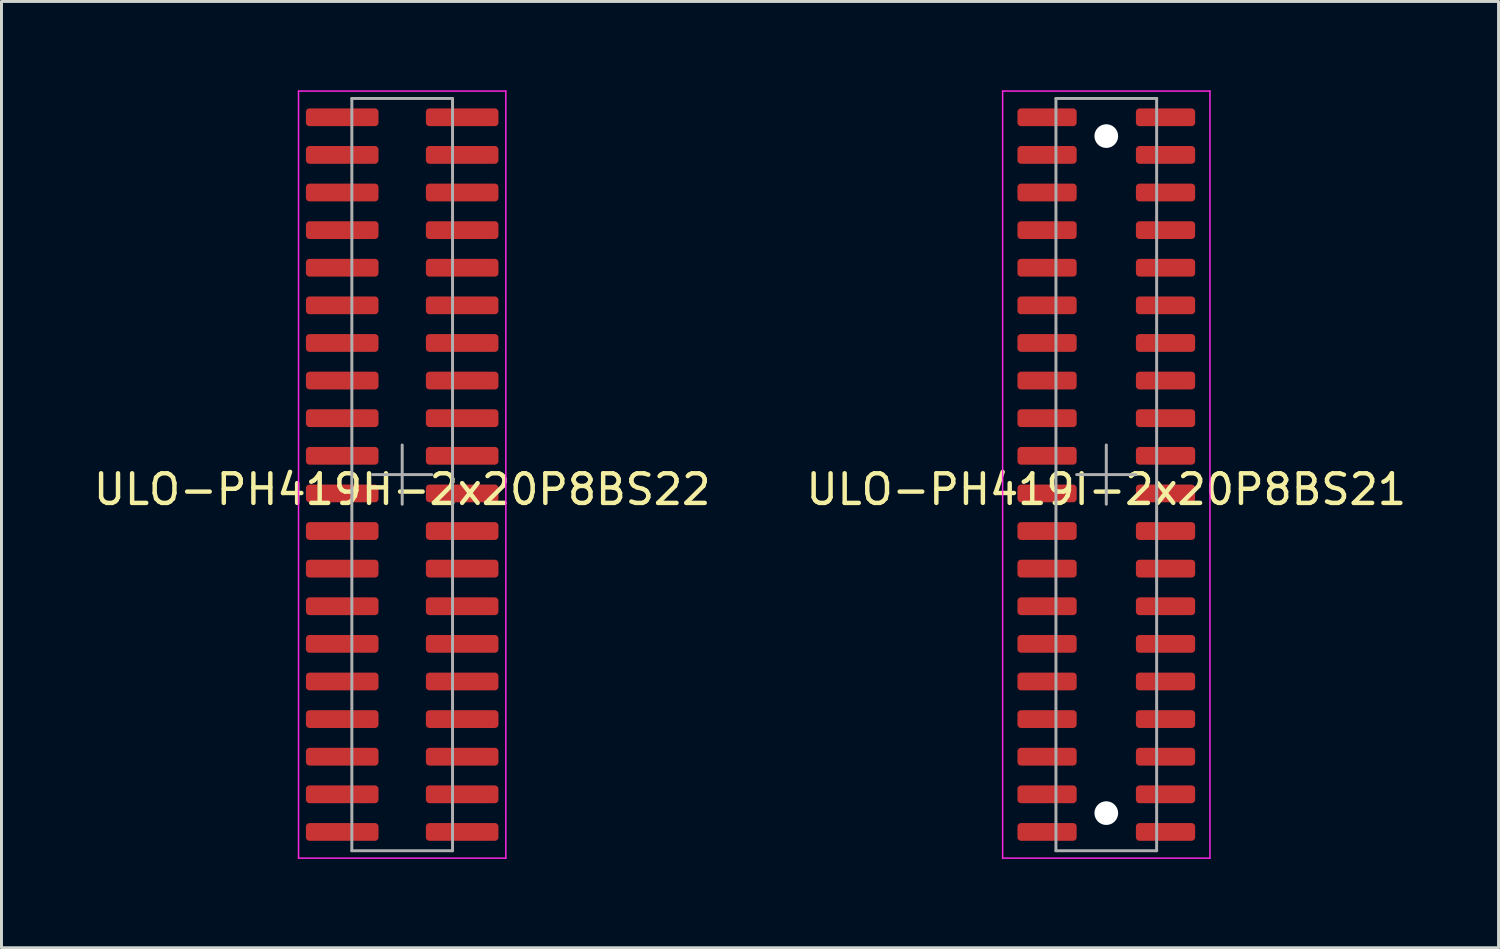
<source format=kicad_pcb>
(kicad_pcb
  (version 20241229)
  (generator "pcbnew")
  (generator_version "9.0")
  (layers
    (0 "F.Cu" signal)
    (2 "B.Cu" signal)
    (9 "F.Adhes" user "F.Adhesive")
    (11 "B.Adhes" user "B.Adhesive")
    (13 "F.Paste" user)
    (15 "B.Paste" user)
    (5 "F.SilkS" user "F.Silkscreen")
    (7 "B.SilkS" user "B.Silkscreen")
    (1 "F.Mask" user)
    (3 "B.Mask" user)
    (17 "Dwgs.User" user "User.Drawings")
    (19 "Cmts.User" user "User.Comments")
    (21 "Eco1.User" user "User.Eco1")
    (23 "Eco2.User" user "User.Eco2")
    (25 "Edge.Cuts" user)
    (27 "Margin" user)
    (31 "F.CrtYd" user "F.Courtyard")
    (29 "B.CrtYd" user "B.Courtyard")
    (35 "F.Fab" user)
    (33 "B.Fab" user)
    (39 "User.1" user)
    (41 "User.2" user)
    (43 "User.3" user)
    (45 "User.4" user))
  (footprint "ULO-PH419I-2x20P8BS21"
    (layer "F.Cu")
    (at 34.304 12.975)
    (property "Reference" "ULO-PH419I-2x20P8BS21" (at 0 0.5 0) (layer "F.SilkS") (effects (font (size 1 1) (thickness 0.15))))
    (attr smd)
    (fp_line (start -3.5 -12.95) (end -3.5 12.95) (stroke (width 0.05) (type solid)) (layer "F.CrtYd"))
    (fp_line (start -3.5 12.95) (end 3.5 12.95) (stroke (width 0.05) (type solid)) (layer "F.CrtYd"))
    (fp_line (start 3.5 -12.95) (end -3.5 -12.95) (stroke (width 0.05) (type solid)) (layer "F.CrtYd"))
    (fp_line (start 3.5 12.95) (end 3.5 -12.95) (stroke (width 0.05) (type solid)) (layer "F.CrtYd"))
    (fp_line (start -1.7 -12.7) (end -1.7 12.7) (stroke (width 0.1) (type solid)) (layer "F.Fab"))
    (fp_line (start -1.7 12.7) (end 1.7 12.7) (stroke (width 0.1) (type solid)) (layer "F.Fab"))
    (fp_line (start -1 0) (end 1 0) (stroke (width 0.1) (type solid)) (layer "F.Fab"))
    (fp_line (start 0 -1) (end 0 1) (stroke (width 0.1) (type solid)) (layer "F.Fab"))
    (fp_line (start 1.7 -12.7) (end -1.7 -12.7) (stroke (width 0.1) (type solid)) (layer "F.Fab"))
    (fp_line (start 1.7 12.7) (end 1.7 -12.7) (stroke (width 0.1) (type solid)) (layer "F.Fab"))
    (pad "" np_thru_hole circle (at 0 -11.43) (size 0.8 0.8) (drill 0.8) (layers "*.Cu" "*.Mask"))
    (pad "" np_thru_hole circle (at 0 11.43) (size 0.8 0.8) (drill 0.8) (layers "*.Cu" "*.Mask"))
    (pad "1" smd roundrect (at -2 -12.065) (size 2 0.6) (layers "F.Cu" "F.Mask" "F.Paste") (roundrect_rratio 0.2))
    (pad "2" smd roundrect (at 2 -12.065) (size 2 0.6) (layers "F.Cu" "F.Mask" "F.Paste") (roundrect_rratio 0.2))
    (pad "3" smd roundrect (at -2 -10.795) (size 2 0.6) (layers "F.Cu" "F.Mask" "F.Paste") (roundrect_rratio 0.2))
    (pad "4" smd roundrect (at 2 -10.795) (size 2 0.6) (layers "F.Cu" "F.Mask" "F.Paste") (roundrect_rratio 0.2))
    (pad "5" smd roundrect (at -2 -9.525) (size 2 0.6) (layers "F.Cu" "F.Mask" "F.Paste") (roundrect_rratio 0.2))
    (pad "6" smd roundrect (at 2 -9.525) (size 2 0.6) (layers "F.Cu" "F.Mask" "F.Paste") (roundrect_rratio 0.2))
    (pad "7" smd roundrect (at -2 -8.255) (size 2 0.6) (layers "F.Cu" "F.Mask" "F.Paste") (roundrect_rratio 0.2))
    (pad "8" smd roundrect (at 2 -8.255) (size 2 0.6) (layers "F.Cu" "F.Mask" "F.Paste") (roundrect_rratio 0.2))
    (pad "9" smd roundrect (at -2 -6.985) (size 2 0.6) (layers "F.Cu" "F.Mask" "F.Paste") (roundrect_rratio 0.2))
    (pad "10" smd roundrect (at 2 -6.985) (size 2 0.6) (layers "F.Cu" "F.Mask" "F.Paste") (roundrect_rratio 0.2))
    (pad "11" smd roundrect (at -2 -5.715) (size 2 0.6) (layers "F.Cu" "F.Mask" "F.Paste") (roundrect_rratio 0.2))
    (pad "12" smd roundrect (at 2 -5.715) (size 2 0.6) (layers "F.Cu" "F.Mask" "F.Paste") (roundrect_rratio 0.2))
    (pad "13" smd roundrect (at -2 -4.445) (size 2 0.6) (layers "F.Cu" "F.Mask" "F.Paste") (roundrect_rratio 0.2))
    (pad "14" smd roundrect (at 2 -4.445) (size 2 0.6) (layers "F.Cu" "F.Mask" "F.Paste") (roundrect_rratio 0.2))
    (pad "15" smd roundrect (at -2 -3.175) (size 2 0.6) (layers "F.Cu" "F.Mask" "F.Paste") (roundrect_rratio 0.2))
    (pad "16" smd roundrect (at 2 -3.175) (size 2 0.6) (layers "F.Cu" "F.Mask" "F.Paste") (roundrect_rratio 0.2))
    (pad "17" smd roundrect (at -2 -1.905) (size 2 0.6) (layers "F.Cu" "F.Mask" "F.Paste") (roundrect_rratio 0.2))
    (pad "18" smd roundrect (at 2 -1.905) (size 2 0.6) (layers "F.Cu" "F.Mask" "F.Paste") (roundrect_rratio 0.2))
    (pad "19" smd roundrect (at -2 -0.635) (size 2 0.6) (layers "F.Cu" "F.Mask" "F.Paste") (roundrect_rratio 0.2))
    (pad "20" smd roundrect (at 2 -0.635) (size 2 0.6) (layers "F.Cu" "F.Mask" "F.Paste") (roundrect_rratio 0.2))
    (pad "21" smd roundrect (at -2 0.635) (size 2 0.6) (layers "F.Cu" "F.Mask" "F.Paste") (roundrect_rratio 0.2))
    (pad "22" smd roundrect (at 2 0.635) (size 2 0.6) (layers "F.Cu" "F.Mask" "F.Paste") (roundrect_rratio 0.2))
    (pad "23" smd roundrect (at -2 1.905) (size 2 0.6) (layers "F.Cu" "F.Mask" "F.Paste") (roundrect_rratio 0.2))
    (pad "24" smd roundrect (at 2 1.905) (size 2 0.6) (layers "F.Cu" "F.Mask" "F.Paste") (roundrect_rratio 0.2))
    (pad "25" smd roundrect (at -2 3.175) (size 2 0.6) (layers "F.Cu" "F.Mask" "F.Paste") (roundrect_rratio 0.2))
    (pad "26" smd roundrect (at 2 3.175) (size 2 0.6) (layers "F.Cu" "F.Mask" "F.Paste") (roundrect_rratio 0.2))
    (pad "27" smd roundrect (at -2 4.445) (size 2 0.6) (layers "F.Cu" "F.Mask" "F.Paste") (roundrect_rratio 0.2))
    (pad "28" smd roundrect (at 2 4.445) (size 2 0.6) (layers "F.Cu" "F.Mask" "F.Paste") (roundrect_rratio 0.2))
    (pad "29" smd roundrect (at -2 5.715) (size 2 0.6) (layers "F.Cu" "F.Mask" "F.Paste") (roundrect_rratio 0.2))
    (pad "30" smd roundrect (at 2 5.715) (size 2 0.6) (layers "F.Cu" "F.Mask" "F.Paste") (roundrect_rratio 0.2))
    (pad "31" smd roundrect (at -2 6.985) (size 2 0.6) (layers "F.Cu" "F.Mask" "F.Paste") (roundrect_rratio 0.2))
    (pad "32" smd roundrect (at 2 6.985) (size 2 0.6) (layers "F.Cu" "F.Mask" "F.Paste") (roundrect_rratio 0.2))
    (pad "33" smd roundrect (at -2 8.255) (size 2 0.6) (layers "F.Cu" "F.Mask" "F.Paste") (roundrect_rratio 0.2))
    (pad "34" smd roundrect (at 2 8.255) (size 2 0.6) (layers "F.Cu" "F.Mask" "F.Paste") (roundrect_rratio 0.2))
    (pad "35" smd roundrect (at -2 9.525) (size 2 0.6) (layers "F.Cu" "F.Mask" "F.Paste") (roundrect_rratio 0.2))
    (pad "36" smd roundrect (at 2 9.525) (size 2 0.6) (layers "F.Cu" "F.Mask" "F.Paste") (roundrect_rratio 0.2))
    (pad "37" smd roundrect (at -2 10.795) (size 2 0.6) (layers "F.Cu" "F.Mask" "F.Paste") (roundrect_rratio 0.2))
    (pad "38" smd roundrect (at 2 10.795) (size 2 0.6) (layers "F.Cu" "F.Mask" "F.Paste") (roundrect_rratio 0.2))
    (pad "39" smd roundrect (at -2 12.065) (size 2 0.6) (layers "F.Cu" "F.Mask" "F.Paste") (roundrect_rratio 0.2))
    (pad "40" smd roundrect (at 2 12.065) (size 2 0.6) (layers "F.Cu" "F.Mask" "F.Paste") (roundrect_rratio 0.2)))
  (footprint "ULO-PH419H-2x20P8BS22"
    (layer "F.Cu")
    (at 10.53 12.975)
    (property "Reference" "ULO-PH419H-2x20P8BS22" (at 0 0.5 0) (layer "F.SilkS") (effects (font (size 1 1) (thickness 0.15))))
    (attr smd)
    (fp_line (start -3.5 -12.95) (end -3.5 12.95) (stroke (width 0.05) (type solid)) (layer "F.CrtYd"))
    (fp_line (start -3.5 12.95) (end 3.5 12.95) (stroke (width 0.05) (type solid)) (layer "F.CrtYd"))
    (fp_line (start 3.5 -12.95) (end -3.5 -12.95) (stroke (width 0.05) (type solid)) (layer "F.CrtYd"))
    (fp_line (start 3.5 12.95) (end 3.5 -12.95) (stroke (width 0.05) (type solid)) (layer "F.CrtYd"))
    (fp_line (start -1.7 -12.7) (end -1.7 12.7) (stroke (width 0.1) (type solid)) (layer "F.Fab"))
    (fp_line (start -1.7 12.7) (end 1.7 12.7) (stroke (width 0.1) (type solid)) (layer "F.Fab"))
    (fp_line (start -1 0) (end 1 0) (stroke (width 0.1) (type solid)) (layer "F.Fab"))
    (fp_line (start 0 -1) (end 0 1) (stroke (width 0.1) (type solid)) (layer "F.Fab"))
    (fp_line (start 1.7 -12.7) (end -1.7 -12.7) (stroke (width 0.1) (type solid)) (layer "F.Fab"))
    (fp_line (start 1.7 12.7) (end 1.7 -12.7) (stroke (width 0.1) (type solid)) (layer "F.Fab"))
    (pad "1" smd roundrect (at -2.025 -12.065) (size 2.45 0.6) (layers "F.Cu" "F.Mask" "F.Paste") (roundrect_rratio 0.2))
    (pad "2" smd roundrect (at 2.025 -12.065) (size 2.45 0.6) (layers "F.Cu" "F.Mask" "F.Paste") (roundrect_rratio 0.2))
    (pad "3" smd roundrect (at -2.025 -10.795) (size 2.45 0.6) (layers "F.Cu" "F.Mask" "F.Paste") (roundrect_rratio 0.2))
    (pad "4" smd roundrect (at 2.025 -10.795) (size 2.45 0.6) (layers "F.Cu" "F.Mask" "F.Paste") (roundrect_rratio 0.2))
    (pad "5" smd roundrect (at -2.025 -9.525) (size 2.45 0.6) (layers "F.Cu" "F.Mask" "F.Paste") (roundrect_rratio 0.2))
    (pad "6" smd roundrect (at 2.025 -9.525) (size 2.45 0.6) (layers "F.Cu" "F.Mask" "F.Paste") (roundrect_rratio 0.2))
    (pad "7" smd roundrect (at -2.025 -8.255) (size 2.45 0.6) (layers "F.Cu" "F.Mask" "F.Paste") (roundrect_rratio 0.2))
    (pad "8" smd roundrect (at 2.025 -8.255) (size 2.45 0.6) (layers "F.Cu" "F.Mask" "F.Paste") (roundrect_rratio 0.2))
    (pad "9" smd roundrect (at -2.025 -6.985) (size 2.45 0.6) (layers "F.Cu" "F.Mask" "F.Paste") (roundrect_rratio 0.2))
    (pad "10" smd roundrect (at 2.025 -6.985) (size 2.45 0.6) (layers "F.Cu" "F.Mask" "F.Paste") (roundrect_rratio 0.2))
    (pad "11" smd roundrect (at -2.025 -5.715) (size 2.45 0.6) (layers "F.Cu" "F.Mask" "F.Paste") (roundrect_rratio 0.2))
    (pad "12" smd roundrect (at 2.025 -5.715) (size 2.45 0.6) (layers "F.Cu" "F.Mask" "F.Paste") (roundrect_rratio 0.2))
    (pad "13" smd roundrect (at -2.025 -4.445) (size 2.45 0.6) (layers "F.Cu" "F.Mask" "F.Paste") (roundrect_rratio 0.2))
    (pad "14" smd roundrect (at 2.025 -4.445) (size 2.45 0.6) (layers "F.Cu" "F.Mask" "F.Paste") (roundrect_rratio 0.2))
    (pad "15" smd roundrect (at -2.025 -3.175) (size 2.45 0.6) (layers "F.Cu" "F.Mask" "F.Paste") (roundrect_rratio 0.2))
    (pad "16" smd roundrect (at 2.025 -3.175) (size 2.45 0.6) (layers "F.Cu" "F.Mask" "F.Paste") (roundrect_rratio 0.2))
    (pad "17" smd roundrect (at -2.025 -1.905) (size 2.45 0.6) (layers "F.Cu" "F.Mask" "F.Paste") (roundrect_rratio 0.2))
    (pad "18" smd roundrect (at 2.025 -1.905) (size 2.45 0.6) (layers "F.Cu" "F.Mask" "F.Paste") (roundrect_rratio 0.2))
    (pad "19" smd roundrect (at -2.025 -0.635) (size 2.45 0.6) (layers "F.Cu" "F.Mask" "F.Paste") (roundrect_rratio 0.2))
    (pad "20" smd roundrect (at 2.025 -0.635) (size 2.45 0.6) (layers "F.Cu" "F.Mask" "F.Paste") (roundrect_rratio 0.2))
    (pad "21" smd roundrect (at -2.025 0.635) (size 2.45 0.6) (layers "F.Cu" "F.Mask" "F.Paste") (roundrect_rratio 0.2))
    (pad "22" smd roundrect (at 2.025 0.635) (size 2.45 0.6) (layers "F.Cu" "F.Mask" "F.Paste") (roundrect_rratio 0.2))
    (pad "23" smd roundrect (at -2.025 1.905) (size 2.45 0.6) (layers "F.Cu" "F.Mask" "F.Paste") (roundrect_rratio 0.2))
    (pad "24" smd roundrect (at 2.025 1.905) (size 2.45 0.6) (layers "F.Cu" "F.Mask" "F.Paste") (roundrect_rratio 0.2))
    (pad "25" smd roundrect (at -2.025 3.175) (size 2.45 0.6) (layers "F.Cu" "F.Mask" "F.Paste") (roundrect_rratio 0.2))
    (pad "26" smd roundrect (at 2.025 3.175) (size 2.45 0.6) (layers "F.Cu" "F.Mask" "F.Paste") (roundrect_rratio 0.2))
    (pad "27" smd roundrect (at -2.025 4.445) (size 2.45 0.6) (layers "F.Cu" "F.Mask" "F.Paste") (roundrect_rratio 0.2))
    (pad "28" smd roundrect (at 2.025 4.445) (size 2.45 0.6) (layers "F.Cu" "F.Mask" "F.Paste") (roundrect_rratio 0.2))
    (pad "29" smd roundrect (at -2.025 5.715) (size 2.45 0.6) (layers "F.Cu" "F.Mask" "F.Paste") (roundrect_rratio 0.2))
    (pad "30" smd roundrect (at 2.025 5.715) (size 2.45 0.6) (layers "F.Cu" "F.Mask" "F.Paste") (roundrect_rratio 0.2))
    (pad "31" smd roundrect (at -2.025 6.985) (size 2.45 0.6) (layers "F.Cu" "F.Mask" "F.Paste") (roundrect_rratio 0.2))
    (pad "32" smd roundrect (at 2.025 6.985) (size 2.45 0.6) (layers "F.Cu" "F.Mask" "F.Paste") (roundrect_rratio 0.2))
    (pad "33" smd roundrect (at -2.025 8.255) (size 2.45 0.6) (layers "F.Cu" "F.Mask" "F.Paste") (roundrect_rratio 0.2))
    (pad "34" smd roundrect (at 2.025 8.255) (size 2.45 0.6) (layers "F.Cu" "F.Mask" "F.Paste") (roundrect_rratio 0.2))
    (pad "35" smd roundrect (at -2.025 9.525) (size 2.45 0.6) (layers "F.Cu" "F.Mask" "F.Paste") (roundrect_rratio 0.2))
    (pad "36" smd roundrect (at 2.025 9.525) (size 2.45 0.6) (layers "F.Cu" "F.Mask" "F.Paste") (roundrect_rratio 0.2))
    (pad "37" smd roundrect (at -2.025 10.795) (size 2.45 0.6) (layers "F.Cu" "F.Mask" "F.Paste") (roundrect_rratio 0.2))
    (pad "38" smd roundrect (at 2.025 10.795) (size 2.45 0.6) (layers "F.Cu" "F.Mask" "F.Paste") (roundrect_rratio 0.2))
    (pad "39" smd roundrect (at -2.025 12.065) (size 2.45 0.6) (layers "F.Cu" "F.Mask" "F.Paste") (roundrect_rratio 0.2))
    (pad "40" smd roundrect (at 2.025 12.065) (size 2.45 0.6) (layers "F.Cu" "F.Mask" "F.Paste") (roundrect_rratio 0.2)))
  (gr_rect
    (start -3 -3)
    (end 47.548 28.95)
    (stroke (width 0.1) (type default))
    (fill no)
    (layer "Edge.Cuts")))
</source>
